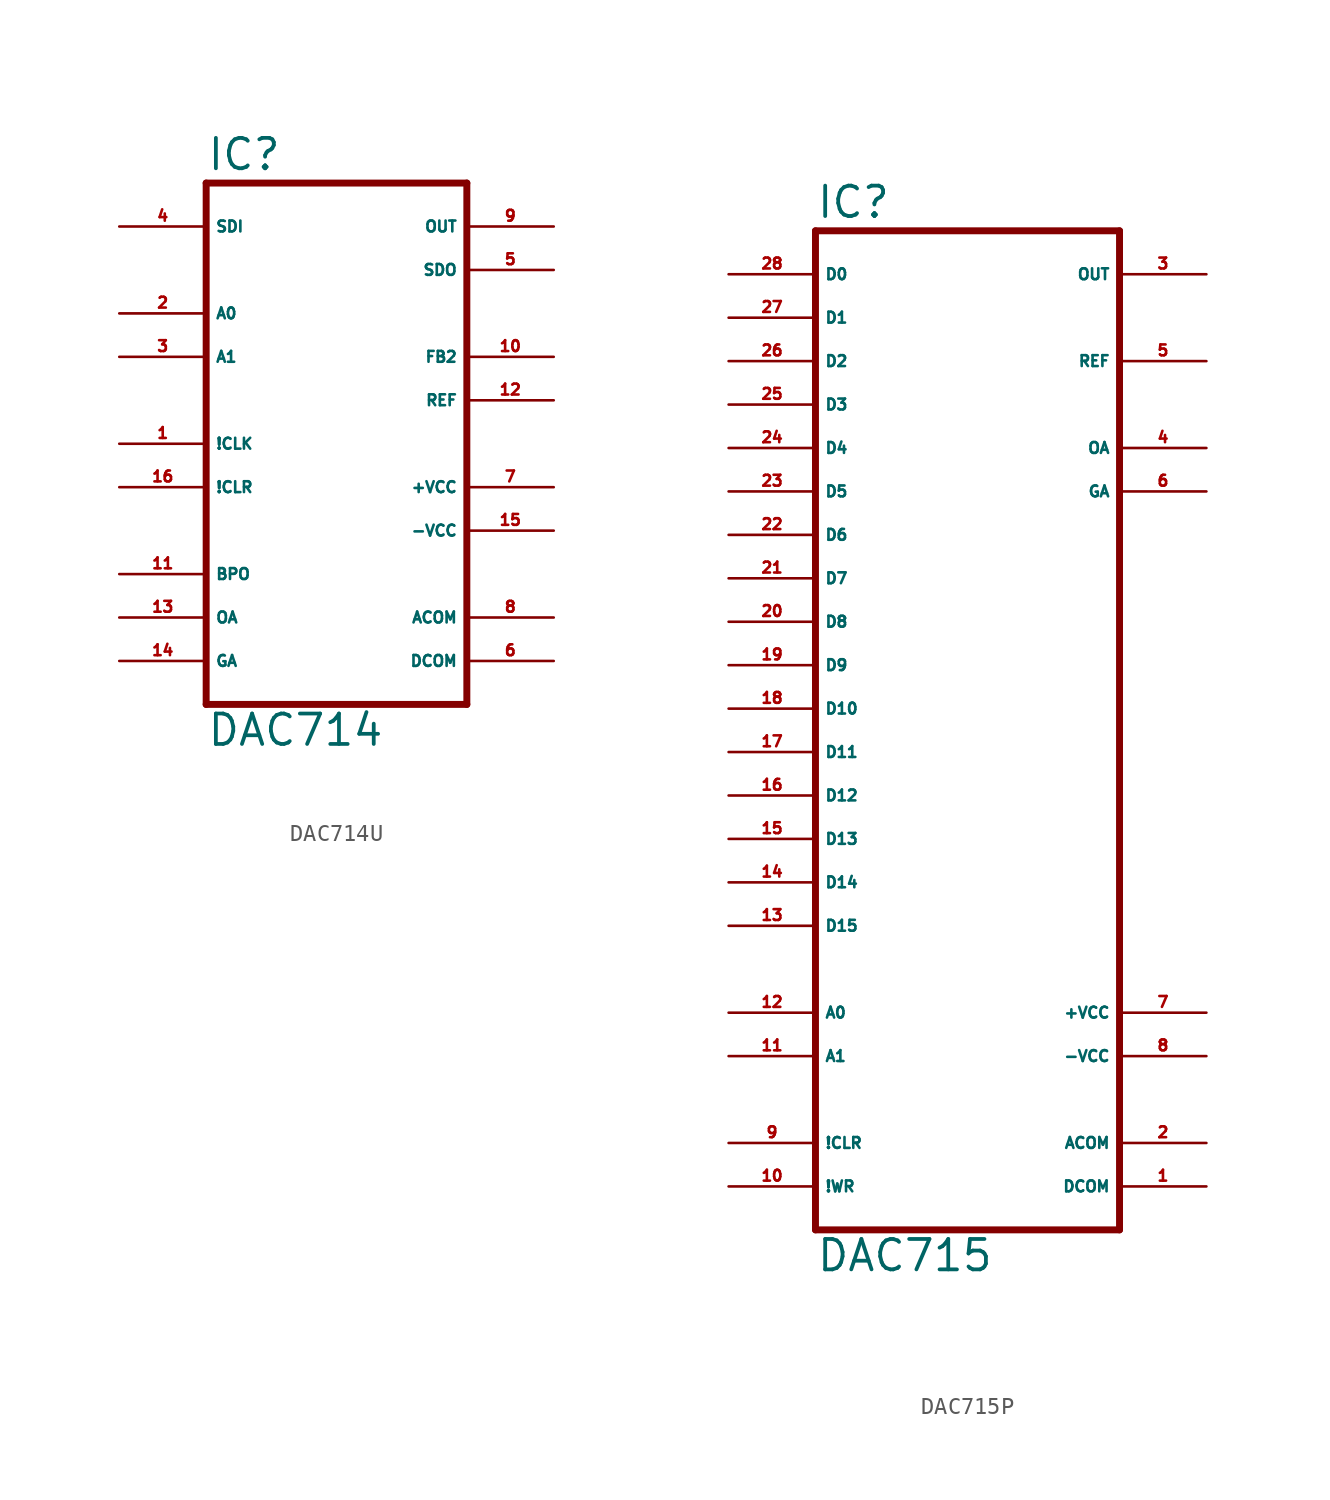
<source format=kicad_sym>
(kicad_symbol_lib
  (version 20220914)
  (generator Eagle2Kicad)
  (symbol "DAC714U"
    (property "Reference" "IC"
      (at -7.62 15.875 0)
      (effects (font (size 1.778 1.778) (thickness 0.22)) (justify left bottom)))
    (property "Value" "DAC714"
      (at -7.62 -17.78 0)
      (effects (font (size 1.778 1.778) (thickness 0.22)) (justify left bottom)))
    (polyline
      (pts (xy -7.62 -15.24) (xy 7.62 -15.24))
      (stroke (width 0.406) (type default))
      (fill (type none)))
    (polyline
      (pts (xy 7.62 -15.24) (xy 7.62 15.24))
      (stroke (width 0.406) (type default))
      (fill (type none)))
    (polyline
      (pts (xy 7.62 15.24) (xy -7.62 15.24))
      (stroke (width 0.406) (type default))
      (fill (type none)))
    (polyline
      (pts (xy -7.62 15.24) (xy -7.62 -15.24))
      (stroke (width 0.406) (type default))
      (fill (type none)))
    (pin input line
      (at -12.7 12.7 0)
      (length 5.08)
      (name "SDI" (effects (font (size 0.635 0.635) (thickness 0.08)) (justify left bottom)))
      (number "4" (effects (font (size 0.635 0.635) (thickness 0.08)) (justify left bottom))))
    (pin input line
      (at -12.7 7.62 0)
      (length 5.08)
      (name "A0" (effects (font (size 0.635 0.635) (thickness 0.08)) (justify left bottom)))
      (number "2" (effects (font (size 0.635 0.635) (thickness 0.08)) (justify left bottom))))
    (pin input line
      (at -12.7 5.08 0)
      (length 5.08)
      (name "A1" (effects (font (size 0.635 0.635) (thickness 0.08)) (justify left bottom)))
      (number "3" (effects (font (size 0.635 0.635) (thickness 0.08)) (justify left bottom))))
    (pin input line
      (at -12.7 0 0)
      (length 5.08)
      (name "!CLK" (effects (font (size 0.635 0.635) (thickness 0.08)) (justify left bottom)))
      (number "1" (effects (font (size 0.635 0.635) (thickness 0.08)) (justify left bottom))))
    (pin input line
      (at -12.7 -2.54 0)
      (length 5.08)
      (name "!CLR" (effects (font (size 0.635 0.635) (thickness 0.08)) (justify left bottom)))
      (number "16" (effects (font (size 0.635 0.635) (thickness 0.08)) (justify left bottom))))
    (pin output line
      (at 12.7 12.7 180)
      (length 5.08)
      (name "OUT" (effects (font (size 0.635 0.635) (thickness 0.08)) (justify left bottom)))
      (number "9" (effects (font (size 0.635 0.635) (thickness 0.08)) (justify left bottom))))
    (pin output line
      (at 12.7 10.16 180)
      (length 5.08)
      (name "SDO" (effects (font (size 0.635 0.635) (thickness 0.08)) (justify left bottom)))
      (number "5" (effects (font (size 0.635 0.635) (thickness 0.08)) (justify left bottom))))
    (pin output line
      (at 12.7 5.08 180)
      (length 5.08)
      (name "FB2" (effects (font (size 0.635 0.635) (thickness 0.08)) (justify left bottom)))
      (number "10" (effects (font (size 0.635 0.635) (thickness 0.08)) (justify left bottom))))
    (pin output line
      (at 12.7 2.54 180)
      (length 5.08)
      (name "REF" (effects (font (size 0.635 0.635) (thickness 0.08)) (justify left bottom)))
      (number "12" (effects (font (size 0.635 0.635) (thickness 0.08)) (justify left bottom))))
    (pin passive line
      (at -12.7 -7.62 0)
      (length 5.08)
      (name "BPO" (effects (font (size 0.635 0.635) (thickness 0.08)) (justify left bottom)))
      (number "11" (effects (font (size 0.635 0.635) (thickness 0.08)) (justify left bottom))))
    (pin passive line
      (at -12.7 -10.16 0)
      (length 5.08)
      (name "OA" (effects (font (size 0.635 0.635) (thickness 0.08)) (justify left bottom)))
      (number "13" (effects (font (size 0.635 0.635) (thickness 0.08)) (justify left bottom))))
    (pin passive line
      (at -12.7 -12.7 0)
      (length 5.08)
      (name "GA" (effects (font (size 0.635 0.635) (thickness 0.08)) (justify left bottom)))
      (number "14" (effects (font (size 0.635 0.635) (thickness 0.08)) (justify left bottom))))
    (pin unspecified line
      (at 12.7 -12.7 180)
      (length 5.08)
      (name "DCOM" (effects (font (size 0.635 0.635) (thickness 0.08)) (justify left bottom)))
      (number "6" (effects (font (size 0.635 0.635) (thickness 0.08)) (justify left bottom))))
    (pin unspecified line
      (at 12.7 -10.16 180)
      (length 5.08)
      (name "ACOM" (effects (font (size 0.635 0.635) (thickness 0.08)) (justify left bottom)))
      (number "8" (effects (font (size 0.635 0.635) (thickness 0.08)) (justify left bottom))))
    (pin unspecified line
      (at 12.7 -5.08 180)
      (length 5.08)
      (name "-VCC" (effects (font (size 0.635 0.635) (thickness 0.08)) (justify left bottom)))
      (number "15" (effects (font (size 0.635 0.635) (thickness 0.08)) (justify left bottom))))
    (pin unspecified line
      (at 12.7 -2.54 180)
      (length 5.08)
      (name "+VCC" (effects (font (size 0.635 0.635) (thickness 0.08)) (justify left bottom)))
      (number "7" (effects (font (size 0.635 0.635) (thickness 0.08)) (justify left bottom)))))
  (symbol "DAC715P"
    (property "Reference" "IC"
      (at -7.62 26.035 0)
      (effects (font (size 1.778 1.778) (thickness 0.22)) (justify left bottom)))
    (property "Value" "DAC715"
      (at -7.62 -35.56 0)
      (effects (font (size 1.778 1.778) (thickness 0.22)) (justify left bottom)))
    (polyline
      (pts (xy -7.62 -33.02) (xy 10.16 -33.02))
      (stroke (width 0.406) (type default))
      (fill (type none)))
    (polyline
      (pts (xy 10.16 -33.02) (xy 10.16 25.4))
      (stroke (width 0.406) (type default))
      (fill (type none)))
    (polyline
      (pts (xy 10.16 25.4) (xy -7.62 25.4))
      (stroke (width 0.406) (type default))
      (fill (type none)))
    (polyline
      (pts (xy -7.62 25.4) (xy -7.62 -33.02))
      (stroke (width 0.406) (type default))
      (fill (type none)))
    (pin input line
      (at -12.7 22.86 0)
      (length 5.08)
      (name "D0" (effects (font (size 0.635 0.635) (thickness 0.08)) (justify left bottom)))
      (number "28" (effects (font (size 0.635 0.635) (thickness 0.08)) (justify left bottom))))
    (pin input line
      (at -12.7 20.32 0)
      (length 5.08)
      (name "D1" (effects (font (size 0.635 0.635) (thickness 0.08)) (justify left bottom)))
      (number "27" (effects (font (size 0.635 0.635) (thickness 0.08)) (justify left bottom))))
    (pin input line
      (at -12.7 17.78 0)
      (length 5.08)
      (name "D2" (effects (font (size 0.635 0.635) (thickness 0.08)) (justify left bottom)))
      (number "26" (effects (font (size 0.635 0.635) (thickness 0.08)) (justify left bottom))))
    (pin input line
      (at -12.7 15.24 0)
      (length 5.08)
      (name "D3" (effects (font (size 0.635 0.635) (thickness 0.08)) (justify left bottom)))
      (number "25" (effects (font (size 0.635 0.635) (thickness 0.08)) (justify left bottom))))
    (pin input line
      (at -12.7 12.7 0)
      (length 5.08)
      (name "D4" (effects (font (size 0.635 0.635) (thickness 0.08)) (justify left bottom)))
      (number "24" (effects (font (size 0.635 0.635) (thickness 0.08)) (justify left bottom))))
    (pin input line
      (at -12.7 10.16 0)
      (length 5.08)
      (name "D5" (effects (font (size 0.635 0.635) (thickness 0.08)) (justify left bottom)))
      (number "23" (effects (font (size 0.635 0.635) (thickness 0.08)) (justify left bottom))))
    (pin input line
      (at -12.7 7.62 0)
      (length 5.08)
      (name "D6" (effects (font (size 0.635 0.635) (thickness 0.08)) (justify left bottom)))
      (number "22" (effects (font (size 0.635 0.635) (thickness 0.08)) (justify left bottom))))
    (pin input line
      (at -12.7 5.08 0)
      (length 5.08)
      (name "D7" (effects (font (size 0.635 0.635) (thickness 0.08)) (justify left bottom)))
      (number "21" (effects (font (size 0.635 0.635) (thickness 0.08)) (justify left bottom))))
    (pin input line
      (at -12.7 2.54 0)
      (length 5.08)
      (name "D8" (effects (font (size 0.635 0.635) (thickness 0.08)) (justify left bottom)))
      (number "20" (effects (font (size 0.635 0.635) (thickness 0.08)) (justify left bottom))))
    (pin input line
      (at -12.7 0 0)
      (length 5.08)
      (name "D9" (effects (font (size 0.635 0.635) (thickness 0.08)) (justify left bottom)))
      (number "19" (effects (font (size 0.635 0.635) (thickness 0.08)) (justify left bottom))))
    (pin input line
      (at -12.7 -2.54 0)
      (length 5.08)
      (name "D10" (effects (font (size 0.635 0.635) (thickness 0.08)) (justify left bottom)))
      (number "18" (effects (font (size 0.635 0.635) (thickness 0.08)) (justify left bottom))))
    (pin input line
      (at -12.7 -5.08 0)
      (length 5.08)
      (name "D11" (effects (font (size 0.635 0.635) (thickness 0.08)) (justify left bottom)))
      (number "17" (effects (font (size 0.635 0.635) (thickness 0.08)) (justify left bottom))))
    (pin input line
      (at -12.7 -7.62 0)
      (length 5.08)
      (name "D12" (effects (font (size 0.635 0.635) (thickness 0.08)) (justify left bottom)))
      (number "16" (effects (font (size 0.635 0.635) (thickness 0.08)) (justify left bottom))))
    (pin input line
      (at -12.7 -10.16 0)
      (length 5.08)
      (name "D13" (effects (font (size 0.635 0.635) (thickness 0.08)) (justify left bottom)))
      (number "15" (effects (font (size 0.635 0.635) (thickness 0.08)) (justify left bottom))))
    (pin input line
      (at -12.7 -12.7 0)
      (length 5.08)
      (name "D14" (effects (font (size 0.635 0.635) (thickness 0.08)) (justify left bottom)))
      (number "14" (effects (font (size 0.635 0.635) (thickness 0.08)) (justify left bottom))))
    (pin input line
      (at -12.7 -20.32 0)
      (length 5.08)
      (name "A0" (effects (font (size 0.635 0.635) (thickness 0.08)) (justify left bottom)))
      (number "12" (effects (font (size 0.635 0.635) (thickness 0.08)) (justify left bottom))))
    (pin input line
      (at -12.7 -22.86 0)
      (length 5.08)
      (name "A1" (effects (font (size 0.635 0.635) (thickness 0.08)) (justify left bottom)))
      (number "11" (effects (font (size 0.635 0.635) (thickness 0.08)) (justify left bottom))))
    (pin input line
      (at -12.7 -27.94 0)
      (length 5.08)
      (name "!CLR" (effects (font (size 0.635 0.635) (thickness 0.08)) (justify left bottom)))
      (number "9" (effects (font (size 0.635 0.635) (thickness 0.08)) (justify left bottom))))
    (pin input line
      (at -12.7 -30.48 0)
      (length 5.08)
      (name "!WR" (effects (font (size 0.635 0.635) (thickness 0.08)) (justify left bottom)))
      (number "10" (effects (font (size 0.635 0.635) (thickness 0.08)) (justify left bottom))))
    (pin output line
      (at 15.24 22.86 180)
      (length 5.08)
      (name "OUT" (effects (font (size 0.635 0.635) (thickness 0.08)) (justify left bottom)))
      (number "3" (effects (font (size 0.635 0.635) (thickness 0.08)) (justify left bottom))))
    (pin output line
      (at 15.24 17.78 180)
      (length 5.08)
      (name "REF" (effects (font (size 0.635 0.635) (thickness 0.08)) (justify left bottom)))
      (number "5" (effects (font (size 0.635 0.635) (thickness 0.08)) (justify left bottom))))
    (pin unspecified line
      (at 15.24 -30.48 180)
      (length 5.08)
      (name "DCOM" (effects (font (size 0.635 0.635) (thickness 0.08)) (justify left bottom)))
      (number "1" (effects (font (size 0.635 0.635) (thickness 0.08)) (justify left bottom))))
    (pin unspecified line
      (at 15.24 -27.94 180)
      (length 5.08)
      (name "ACOM" (effects (font (size 0.635 0.635) (thickness 0.08)) (justify left bottom)))
      (number "2" (effects (font (size 0.635 0.635) (thickness 0.08)) (justify left bottom))))
    (pin unspecified line
      (at 15.24 -22.86 180)
      (length 5.08)
      (name "-VCC" (effects (font (size 0.635 0.635) (thickness 0.08)) (justify left bottom)))
      (number "8" (effects (font (size 0.635 0.635) (thickness 0.08)) (justify left bottom))))
    (pin unspecified line
      (at 15.24 -20.32 180)
      (length 5.08)
      (name "+VCC" (effects (font (size 0.635 0.635) (thickness 0.08)) (justify left bottom)))
      (number "7" (effects (font (size 0.635 0.635) (thickness 0.08)) (justify left bottom))))
    (pin passive line
      (at 15.24 12.7 180)
      (length 5.08)
      (name "OA" (effects (font (size 0.635 0.635) (thickness 0.08)) (justify left bottom)))
      (number "4" (effects (font (size 0.635 0.635) (thickness 0.08)) (justify left bottom))))
    (pin passive line
      (at 15.24 10.16 180)
      (length 5.08)
      (name "GA" (effects (font (size 0.635 0.635) (thickness 0.08)) (justify left bottom)))
      (number "6" (effects (font (size 0.635 0.635) (thickness 0.08)) (justify left bottom))))
    (pin input line
      (at -12.7 -15.24 0)
      (length 5.08)
      (name "D15" (effects (font (size 0.635 0.635) (thickness 0.08)) (justify left bottom)))
      (number "13" (effects (font (size 0.635 0.635) (thickness 0.08)) (justify left bottom))))))
</source>
